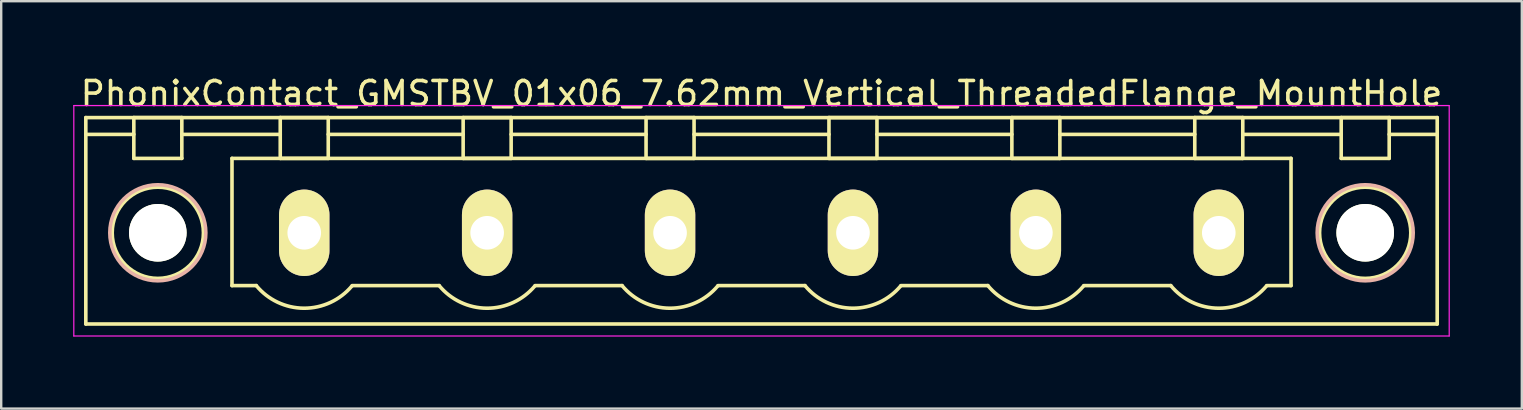
<source format=kicad_pcb>
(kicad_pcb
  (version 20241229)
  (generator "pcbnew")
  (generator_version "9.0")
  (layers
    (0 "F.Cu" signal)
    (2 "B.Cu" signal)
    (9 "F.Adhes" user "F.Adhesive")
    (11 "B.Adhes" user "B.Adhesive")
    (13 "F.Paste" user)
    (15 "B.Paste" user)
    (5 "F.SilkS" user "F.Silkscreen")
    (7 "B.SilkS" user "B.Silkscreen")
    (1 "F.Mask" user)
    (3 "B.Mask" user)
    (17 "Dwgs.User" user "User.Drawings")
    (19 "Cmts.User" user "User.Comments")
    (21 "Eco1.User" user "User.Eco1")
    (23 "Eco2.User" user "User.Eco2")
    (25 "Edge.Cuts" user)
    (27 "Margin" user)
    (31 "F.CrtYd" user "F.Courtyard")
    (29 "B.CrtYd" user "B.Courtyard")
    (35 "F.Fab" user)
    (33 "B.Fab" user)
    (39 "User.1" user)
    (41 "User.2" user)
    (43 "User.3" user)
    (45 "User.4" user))
  (footprint "PhonixContact_GMSTBV_01x06_7.62mm_Vertical_ThreadedFlange_MountHole"
    (layer "F.Cu")
    (at 9.625 6.648)
    (property "Reference" "PhonixContact_GMSTBV_01x06_7.62mm_Vertical_ThreadedFlange_MountHole" (at 19.05 -5.8 0) (layer "F.SilkS") (effects (font (size 1 1) (thickness 0.15))))
    (attr through_hole)
    (fp_line (start -9.1 -4.8) (end -9.1 3.8) (stroke (width 0.15) (type solid)) (layer "F.SilkS"))
    (fp_line (start -9.1 -4.1) (end -7.1 -4.1) (stroke (width 0.15) (type solid)) (layer "F.SilkS"))
    (fp_line (start -9.1 3.8) (end 47.2 3.8) (stroke (width 0.15) (type solid)) (layer "F.SilkS"))
    (fp_line (start -7.1 -4.8) (end -5.1 -4.8) (stroke (width 0.15) (type solid)) (layer "F.SilkS"))
    (fp_line (start -7.1 -3.1) (end -7.1 -4.8) (stroke (width 0.15) (type solid)) (layer "F.SilkS"))
    (fp_line (start -5.1 -4.8) (end -5.1 -3.1) (stroke (width 0.15) (type solid)) (layer "F.SilkS"))
    (fp_line (start -5.1 -4.1) (end -1 -4.1) (stroke (width 0.15) (type solid)) (layer "F.SilkS"))
    (fp_line (start -5.1 -3.1) (end -7.1 -3.1) (stroke (width 0.15) (type solid)) (layer "F.SilkS"))
    (fp_line (start -3.01 -3.1) (end 41.11 -3.1) (stroke (width 0.15) (type solid)) (layer "F.SilkS"))
    (fp_line (start -3.01 2.2) (end -3.01 -3.1) (stroke (width 0.15) (type solid)) (layer "F.SilkS"))
    (fp_line (start -2 2.2) (end -3.01 2.2) (stroke (width 0.15) (type solid)) (layer "F.SilkS"))
    (fp_line (start -1 -4.8) (end 1 -4.8) (stroke (width 0.15) (type solid)) (layer "F.SilkS"))
    (fp_line (start -1 -3.1) (end -1 -4.8) (stroke (width 0.15) (type solid)) (layer "F.SilkS"))
    (fp_line (start 1 -4.8) (end 1 -3.1) (stroke (width 0.15) (type solid)) (layer "F.SilkS"))
    (fp_line (start 1 -4.1) (end 6.62 -4.1) (stroke (width 0.15) (type solid)) (layer "F.SilkS"))
    (fp_line (start 1 -3.1) (end -1 -3.1) (stroke (width 0.15) (type solid)) (layer "F.SilkS"))
    (fp_line (start 2 2.2) (end 5.62 2.2) (stroke (width 0.15) (type solid)) (layer "F.SilkS"))
    (fp_line (start 6.62 -4.8) (end 8.62 -4.8) (stroke (width 0.15) (type solid)) (layer "F.SilkS"))
    (fp_line (start 6.62 -3.1) (end 6.62 -4.8) (stroke (width 0.15) (type solid)) (layer "F.SilkS"))
    (fp_line (start 8.62 -4.8) (end 8.62 -3.1) (stroke (width 0.15) (type solid)) (layer "F.SilkS"))
    (fp_line (start 8.62 -4.1) (end 14.24 -4.1) (stroke (width 0.15) (type solid)) (layer "F.SilkS"))
    (fp_line (start 8.62 -3.1) (end 6.62 -3.1) (stroke (width 0.15) (type solid)) (layer "F.SilkS"))
    (fp_line (start 9.62 2.2) (end 13.24 2.2) (stroke (width 0.15) (type solid)) (layer "F.SilkS"))
    (fp_line (start 14.24 -4.8) (end 16.24 -4.8) (stroke (width 0.15) (type solid)) (layer "F.SilkS"))
    (fp_line (start 14.24 -3.1) (end 14.24 -4.8) (stroke (width 0.15) (type solid)) (layer "F.SilkS"))
    (fp_line (start 16.24 -4.8) (end 16.24 -3.1) (stroke (width 0.15) (type solid)) (layer "F.SilkS"))
    (fp_line (start 16.24 -4.1) (end 21.86 -4.1) (stroke (width 0.15) (type solid)) (layer "F.SilkS"))
    (fp_line (start 16.24 -3.1) (end 14.24 -3.1) (stroke (width 0.15) (type solid)) (layer "F.SilkS"))
    (fp_line (start 17.24 2.2) (end 20.86 2.2) (stroke (width 0.15) (type solid)) (layer "F.SilkS"))
    (fp_line (start 21.86 -4.8) (end 23.86 -4.8) (stroke (width 0.15) (type solid)) (layer "F.SilkS"))
    (fp_line (start 21.86 -3.1) (end 21.86 -4.8) (stroke (width 0.15) (type solid)) (layer "F.SilkS"))
    (fp_line (start 23.86 -4.8) (end 23.86 -3.1) (stroke (width 0.15) (type solid)) (layer "F.SilkS"))
    (fp_line (start 23.86 -4.1) (end 29.48 -4.1) (stroke (width 0.15) (type solid)) (layer "F.SilkS"))
    (fp_line (start 23.86 -3.1) (end 21.86 -3.1) (stroke (width 0.15) (type solid)) (layer "F.SilkS"))
    (fp_line (start 24.86 2.2) (end 28.48 2.2) (stroke (width 0.15) (type solid)) (layer "F.SilkS"))
    (fp_line (start 29.48 -4.8) (end 31.48 -4.8) (stroke (width 0.15) (type solid)) (layer "F.SilkS"))
    (fp_line (start 29.48 -3.1) (end 29.48 -4.8) (stroke (width 0.15) (type solid)) (layer "F.SilkS"))
    (fp_line (start 31.48 -4.8) (end 31.48 -3.1) (stroke (width 0.15) (type solid)) (layer "F.SilkS"))
    (fp_line (start 31.48 -4.1) (end 37.1 -4.1) (stroke (width 0.15) (type solid)) (layer "F.SilkS"))
    (fp_line (start 31.48 -3.1) (end 29.48 -3.1) (stroke (width 0.15) (type solid)) (layer "F.SilkS"))
    (fp_line (start 32.48 2.2) (end 36.1 2.2) (stroke (width 0.15) (type solid)) (layer "F.SilkS"))
    (fp_line (start 37.1 -4.8) (end 39.1 -4.8) (stroke (width 0.15) (type solid)) (layer "F.SilkS"))
    (fp_line (start 37.1 -3.1) (end 37.1 -4.8) (stroke (width 0.15) (type solid)) (layer "F.SilkS"))
    (fp_line (start 39.1 -4.8) (end 39.1 -3.1) (stroke (width 0.15) (type solid)) (layer "F.SilkS"))
    (fp_line (start 39.1 -4.1) (end 43.2 -4.1) (stroke (width 0.15) (type solid)) (layer "F.SilkS"))
    (fp_line (start 39.1 -3.1) (end 37.1 -3.1) (stroke (width 0.15) (type solid)) (layer "F.SilkS"))
    (fp_line (start 41.11 -3.1) (end 41.11 2.2) (stroke (width 0.15) (type solid)) (layer "F.SilkS"))
    (fp_line (start 41.11 2.2) (end 40.1 2.2) (stroke (width 0.15) (type solid)) (layer "F.SilkS"))
    (fp_line (start 43.2 -4.8) (end 45.2 -4.8) (stroke (width 0.15) (type solid)) (layer "F.SilkS"))
    (fp_line (start 43.2 -3.1) (end 43.2 -4.8) (stroke (width 0.15) (type solid)) (layer "F.SilkS"))
    (fp_line (start 45.2 -4.8) (end 45.2 -3.1) (stroke (width 0.15) (type solid)) (layer "F.SilkS"))
    (fp_line (start 45.2 -3.1) (end 43.2 -3.1) (stroke (width 0.15) (type solid)) (layer "F.SilkS"))
    (fp_line (start 47.2 -4.8) (end -9.1 -4.8) (stroke (width 0.15) (type solid)) (layer "F.SilkS"))
    (fp_line (start 47.2 -4.1) (end 45.2 -4.1) (stroke (width 0.15) (type solid)) (layer "F.SilkS"))
    (fp_line (start 47.2 3.8) (end 47.2 -4.8) (stroke (width 0.15) (type solid)) (layer "F.SilkS"))
    (fp_arc (start 1.986842 2.215821) (mid -0.010289 3.142758) (end -2 2.2) (stroke (width 0.15) (type solid)) (layer "F.SilkS"))
    (fp_arc (start 9.606842 2.215821) (mid 7.609711 3.142758) (end 5.62 2.2) (stroke (width 0.15) (type solid)) (layer "F.SilkS"))
    (fp_arc (start 17.226842 2.215821) (mid 15.229711 3.142758) (end 13.24 2.2) (stroke (width 0.15) (type solid)) (layer "F.SilkS"))
    (fp_arc (start 24.846842 2.215821) (mid 22.849711 3.142758) (end 20.86 2.2) (stroke (width 0.15) (type solid)) (layer "F.SilkS"))
    (fp_arc (start 32.466842 2.215821) (mid 30.469711 3.142758) (end 28.48 2.2) (stroke (width 0.15) (type solid)) (layer "F.SilkS"))
    (fp_arc (start 40.086842 2.215821) (mid 38.089711 3.142758) (end 36.1 2.2) (stroke (width 0.15) (type solid)) (layer "F.SilkS"))
    (fp_circle (center -6.1 0) (end -5.1 0) (stroke (width 0.15) (type solid)) (fill no) (layer "F.SilkS"))
    (fp_circle (center -6.1 0) (end -4.2 0) (stroke (width 0.15) (type solid)) (fill no) (layer "F.SilkS"))
    (fp_circle (center 44.2 0) (end 45.2 0) (stroke (width 0.15) (type solid)) (fill no) (layer "F.SilkS"))
    (fp_circle (center 44.2 0) (end 46.1 0) (stroke (width 0.15) (type solid)) (fill no) (layer "F.SilkS"))
    (fp_circle (center -6.1 0) (end -4.1 0) (stroke (width 0.15) (type solid)) (fill no) (layer "B.SilkS"))
    (fp_circle (center 44.2 0) (end 46.2 0) (stroke (width 0.15) (type solid)) (fill no) (layer "B.SilkS"))
    (fp_line (start -9.6 -5.3) (end -9.6 4.3) (stroke (width 0.05) (type solid)) (layer "F.CrtYd"))
    (fp_line (start -9.6 4.3) (end 47.7 4.3) (stroke (width 0.05) (type solid)) (layer "F.CrtYd"))
    (fp_line (start 47.7 -5.3) (end -9.6 -5.3) (stroke (width 0.05) (type solid)) (layer "F.CrtYd"))
    (fp_line (start 47.7 4.3) (end 47.7 -5.3) (stroke (width 0.05) (type solid)) (layer "F.CrtYd"))
    (pad "" np_thru_hole circle (at -6.1 0) (size 2.4 2.4) (drill 2.4) (layers "*.Cu" "*.Mask" "F.SilkS"))
    (pad "" np_thru_hole circle (at 44.2 0) (size 2.4 2.4) (drill 2.4) (layers "*.Cu" "*.Mask" "F.SilkS"))
    (pad "1" thru_hole oval (at 0 0) (size 2.1 3.6) (drill 1.4) (layers "*.Cu" "*.Mask" "F.SilkS"))
    (pad "2" thru_hole oval (at 7.62 0) (size 2.1 3.6) (drill 1.4) (layers "*.Cu" "*.Mask" "F.SilkS"))
    (pad "3" thru_hole oval (at 15.24 0) (size 2.1 3.6) (drill 1.4) (layers "*.Cu" "*.Mask" "F.SilkS"))
    (pad "4" thru_hole oval (at 22.86 0) (size 2.1 3.6) (drill 1.4) (layers "*.Cu" "*.Mask" "F.SilkS"))
    (pad "5" thru_hole oval (at 30.48 0) (size 2.1 3.6) (drill 1.4) (layers "*.Cu" "*.Mask" "F.SilkS"))
    (pad "6" thru_hole oval (at 38.1 0) (size 2.1 3.6) (drill 1.4) (layers "*.Cu" "*.Mask" "F.SilkS")))
  (gr_rect
    (start -3 -3)
    (end 60.35 13.973)
    (stroke (width 0.1) (type default))
    (fill no)
    (layer "Edge.Cuts")))
</source>
